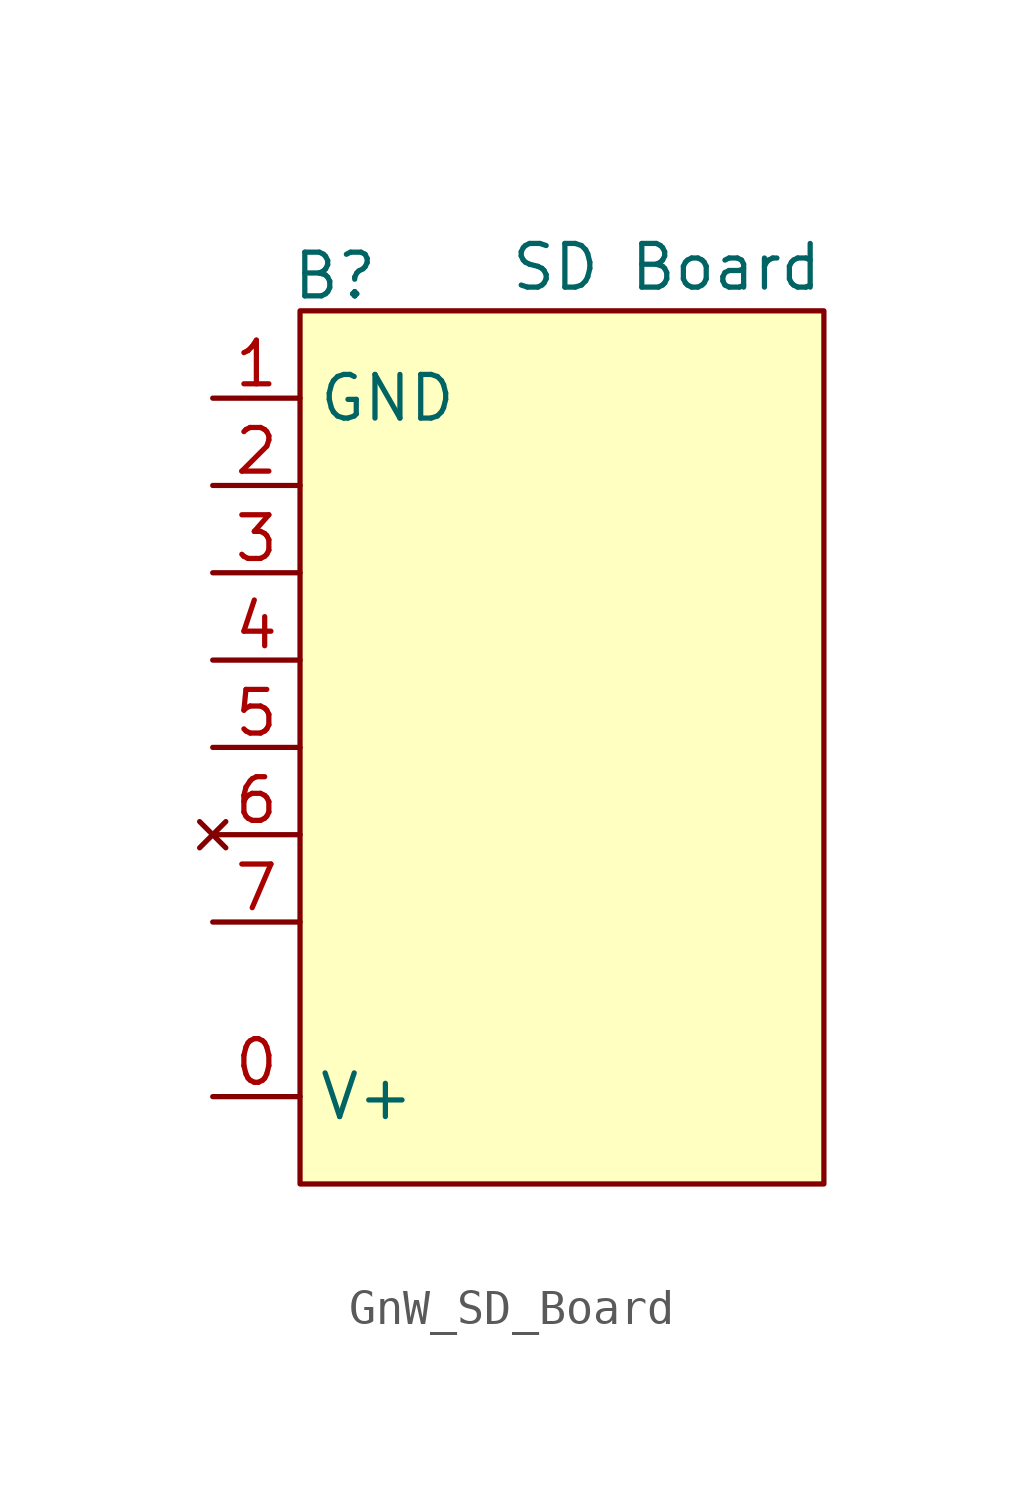
<source format=kicad_sym>
(kicad_symbol_lib
  (version 20241209)
  (generator "kicad_symbol_editor")
  (generator_version "9.0")
  (symbol "GnW_SD_Board"
    (property "Reference" "B"
      (at 3.556 3.556 0)
      (effects (font (size 1.27 1.27))))
    (property "Value" "SD Board"
      (at 13.208 3.81 0)
      (effects (font (size 1.27 1.27))))
    (symbol "GnW_SD_Board_0_0"
      (pin bidirectional line (at 0 -2.54 0) (length 2.54) (name "" (effects (font (size 1.27 1.27)))) (number "2" (effects (font (size 1.27 1.27)))))
      (pin bidirectional line (at 0 -5.08 0) (length 2.54) (name "" (effects (font (size 1.27 1.27)))) (number "3" (effects (font (size 1.27 1.27)))))
      (pin bidirectional line (at 0 -7.62 0) (length 2.54) (name "" (effects (font (size 1.27 1.27)))) (number "4" (effects (font (size 1.27 1.27)))))
      (pin bidirectional line (at 0 -10.16 0) (length 2.54) (name "" (effects (font (size 1.27 1.27)))) (number "5" (effects (font (size 1.27 1.27)))))
      (pin bidirectional line (at 0 -15.24 0) (length 2.54) (name "" (effects (font (size 1.27 1.27)))) (number "7" (effects (font (size 1.27 1.27))))))
    (symbol "GnW_SD_Board_1_0"
      (pin power_out line (at 0 0 0) (length 2.54) (name "GND" (effects (font (size 1.27 1.27)))) (number "1" (effects (font (size 1.27 1.27)))))
      (pin no_connect line (at 0 -12.7 0) (length 2.54) (name "" (effects (font (size 1.27 1.27)))) (number "6" (effects (font (size 1.27 1.27)))))
      (pin power_in line (at 0 -20.32 0) (length 2.54) (name "V+" (effects (font (size 1.27 1.27)))) (number "0" (effects (font (size 1.27 1.27))))))
    (symbol "GnW_SD_Board_1_1"
      (rectangle (start 2.54 2.54) (end 17.78 -22.86) (stroke (width 0) (type solid)) (fill (type background))))))
</source>
